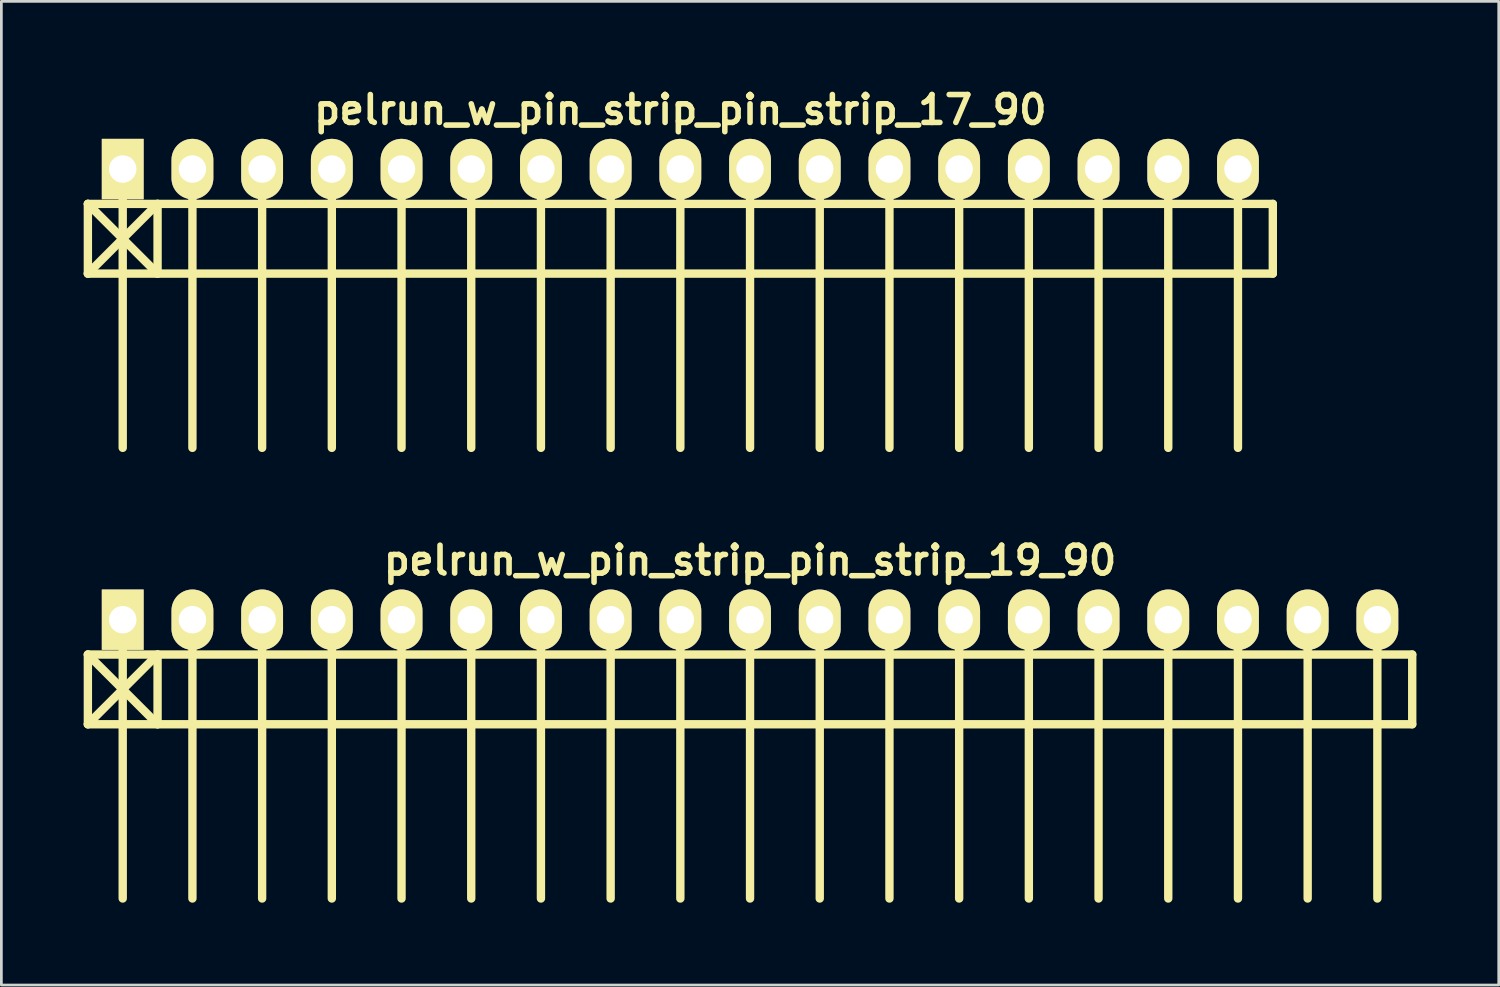
<source format=kicad_pcb>
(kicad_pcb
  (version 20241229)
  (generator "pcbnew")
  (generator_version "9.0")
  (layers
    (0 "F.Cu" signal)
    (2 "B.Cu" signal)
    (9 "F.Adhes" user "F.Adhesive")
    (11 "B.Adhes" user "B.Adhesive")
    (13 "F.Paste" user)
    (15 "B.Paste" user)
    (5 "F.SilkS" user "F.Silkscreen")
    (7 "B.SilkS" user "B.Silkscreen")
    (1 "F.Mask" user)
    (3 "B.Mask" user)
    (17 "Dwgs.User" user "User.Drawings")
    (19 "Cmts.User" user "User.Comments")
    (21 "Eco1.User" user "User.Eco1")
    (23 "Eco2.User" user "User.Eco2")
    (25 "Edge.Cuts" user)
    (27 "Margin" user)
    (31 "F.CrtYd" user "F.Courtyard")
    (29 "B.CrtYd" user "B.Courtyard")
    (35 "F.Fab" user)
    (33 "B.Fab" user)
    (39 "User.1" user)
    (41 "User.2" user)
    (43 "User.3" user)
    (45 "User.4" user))
  (footprint "pelrun_w_pin_strip_pin_strip_17_90"
    (layer "F.Cu")
    (at 21.742 3.11)
    (property "Reference" "pelrun_w_pin_strip_pin_strip_17_90" (at 0 -2.159 0) (layer "F.SilkS") (effects (font (size 1.016 1.016) (thickness 0.203))))
    (attr through_hole)
    (fp_line (start -21.59 1.27) (end 21.59 1.27) (stroke (width 0.305) (type solid)) (layer "F.SilkS"))
    (fp_line (start -21.59 3.81) (end -21.59 1.27) (stroke (width 0.305) (type solid)) (layer "F.SilkS"))
    (fp_line (start -21.59 3.81) (end -19.05 1.27) (stroke (width 0.305) (type solid)) (layer "F.SilkS"))
    (fp_line (start -20.32 0) (end -20.32 10.16) (stroke (width 0.305) (type solid)) (layer "F.SilkS"))
    (fp_line (start -19.05 1.27) (end -19.05 3.81) (stroke (width 0.305) (type solid)) (layer "F.SilkS"))
    (fp_line (start -19.05 3.81) (end -21.59 1.27) (stroke (width 0.305) (type solid)) (layer "F.SilkS"))
    (fp_line (start -17.78 0) (end -17.78 10.16) (stroke (width 0.305) (type solid)) (layer "F.SilkS"))
    (fp_line (start -15.24 10.16) (end -15.24 0) (stroke (width 0.305) (type solid)) (layer "F.SilkS"))
    (fp_line (start -12.7 0) (end -12.7 10.16) (stroke (width 0.305) (type solid)) (layer "F.SilkS"))
    (fp_line (start -10.16 0) (end -10.16 10.16) (stroke (width 0.305) (type solid)) (layer "F.SilkS"))
    (fp_line (start -7.62 0) (end -7.62 10.16) (stroke (width 0.305) (type solid)) (layer "F.SilkS"))
    (fp_line (start -5.08 0) (end -5.08 10.16) (stroke (width 0.305) (type solid)) (layer "F.SilkS"))
    (fp_line (start -2.54 0) (end -2.54 10.16) (stroke (width 0.305) (type solid)) (layer "F.SilkS"))
    (fp_line (start 0 0) (end 0 10.16) (stroke (width 0.305) (type solid)) (layer "F.SilkS"))
    (fp_line (start 2.54 0) (end 2.54 10.16) (stroke (width 0.305) (type solid)) (layer "F.SilkS"))
    (fp_line (start 5.08 0) (end 5.08 10.16) (stroke (width 0.305) (type solid)) (layer "F.SilkS"))
    (fp_line (start 7.62 0) (end 7.62 10.16) (stroke (width 0.305) (type solid)) (layer "F.SilkS"))
    (fp_line (start 10.16 10.16) (end 10.16 0) (stroke (width 0.305) (type solid)) (layer "F.SilkS"))
    (fp_line (start 12.7 0) (end 12.7 10.16) (stroke (width 0.305) (type solid)) (layer "F.SilkS"))
    (fp_line (start 15.24 0) (end 15.24 10.16) (stroke (width 0.305) (type solid)) (layer "F.SilkS"))
    (fp_line (start 17.78 0) (end 17.78 10.16) (stroke (width 0.305) (type solid)) (layer "F.SilkS"))
    (fp_line (start 20.32 0) (end 20.32 10.16) (stroke (width 0.305) (type solid)) (layer "F.SilkS"))
    (fp_line (start 21.59 1.27) (end 21.59 3.81) (stroke (width 0.305) (type solid)) (layer "F.SilkS"))
    (fp_line (start 21.59 3.81) (end -21.59 3.81) (stroke (width 0.305) (type solid)) (layer "F.SilkS"))
    (pad "1" thru_hole rect (at -20.32 0) (size 1.524 2.2) (drill 1.001) (layers "*.Cu" "*.Mask" "F.SilkS"))
    (pad "2" thru_hole oval (at -17.78 0) (size 1.524 2.2) (drill 1.001) (layers "*.Cu" "*.Mask" "F.SilkS"))
    (pad "3" thru_hole oval (at -15.24 0) (size 1.524 2.2) (drill 1.001) (layers "*.Cu" "*.Mask" "F.SilkS"))
    (pad "4" thru_hole oval (at -12.7 0) (size 1.524 2.2) (drill 1.001) (layers "*.Cu" "*.Mask" "F.SilkS"))
    (pad "5" thru_hole oval (at -10.16 0) (size 1.524 2.2) (drill 1.001) (layers "*.Cu" "*.Mask" "F.SilkS"))
    (pad "6" thru_hole oval (at -7.62 0) (size 1.524 2.2) (drill 1.001) (layers "*.Cu" "*.Mask" "F.SilkS"))
    (pad "7" thru_hole oval (at -5.08 0) (size 1.524 2.2) (drill 1.001) (layers "*.Cu" "*.Mask" "F.SilkS"))
    (pad "8" thru_hole oval (at -2.54 0) (size 1.524 2.2) (drill 1.001) (layers "*.Cu" "*.Mask" "F.SilkS"))
    (pad "9" thru_hole oval (at 0 0) (size 1.524 2.2) (drill 1.001) (layers "*.Cu" "*.Mask" "F.SilkS"))
    (pad "10" thru_hole oval (at 2.54 0) (size 1.524 2.2) (drill 1.001) (layers "*.Cu" "*.Mask" "F.SilkS"))
    (pad "11" thru_hole oval (at 5.08 0) (size 1.524 2.2) (drill 1.001) (layers "*.Cu" "*.Mask" "F.SilkS"))
    (pad "12" thru_hole oval (at 7.62 0) (size 1.524 2.2) (drill 1.001) (layers "*.Cu" "*.Mask" "F.SilkS"))
    (pad "13" thru_hole oval (at 10.16 0) (size 1.524 2.2) (drill 1.001) (layers "*.Cu" "*.Mask" "F.SilkS"))
    (pad "14" thru_hole oval (at 12.7 0) (size 1.524 2.2) (drill 1.001) (layers "*.Cu" "*.Mask" "F.SilkS"))
    (pad "15" thru_hole oval (at 15.24 0) (size 1.524 2.2) (drill 1.001) (layers "*.Cu" "*.Mask" "F.SilkS"))
    (pad "16" thru_hole oval (at 17.78 0) (size 1.524 2.2) (drill 1.001) (layers "*.Cu" "*.Mask" "F.SilkS"))
    (pad "17" thru_hole oval (at 20.32 0) (size 1.524 2.2) (drill 1.001) (layers "*.Cu" "*.Mask" "F.SilkS")))
  (footprint "pelrun_w_pin_strip_pin_strip_19_90"
    (layer "F.Cu")
    (at 24.282 19.532)
    (property "Reference" "pelrun_w_pin_strip_pin_strip_19_90" (at 0 -2.159 0) (layer "F.SilkS") (effects (font (size 1.016 1.016) (thickness 0.203))))
    (attr through_hole)
    (fp_line (start -24.13 1.27) (end 24.13 1.27) (stroke (width 0.305) (type solid)) (layer "F.SilkS"))
    (fp_line (start -24.13 3.81) (end -24.13 1.27) (stroke (width 0.305) (type solid)) (layer "F.SilkS"))
    (fp_line (start -24.13 3.81) (end -21.59 1.27) (stroke (width 0.305) (type solid)) (layer "F.SilkS"))
    (fp_line (start -22.86 0) (end -22.86 10.16) (stroke (width 0.305) (type solid)) (layer "F.SilkS"))
    (fp_line (start -21.59 1.27) (end -21.59 3.81) (stroke (width 0.305) (type solid)) (layer "F.SilkS"))
    (fp_line (start -21.59 3.81) (end -24.13 1.27) (stroke (width 0.305) (type solid)) (layer "F.SilkS"))
    (fp_line (start -20.32 0) (end -20.32 10.16) (stroke (width 0.305) (type solid)) (layer "F.SilkS"))
    (fp_line (start -17.78 10.16) (end -17.78 0) (stroke (width 0.305) (type solid)) (layer "F.SilkS"))
    (fp_line (start -15.24 0) (end -15.24 10.16) (stroke (width 0.305) (type solid)) (layer "F.SilkS"))
    (fp_line (start -12.7 0) (end -12.7 10.16) (stroke (width 0.305) (type solid)) (layer "F.SilkS"))
    (fp_line (start -10.16 0) (end -10.16 10.16) (stroke (width 0.305) (type solid)) (layer "F.SilkS"))
    (fp_line (start -7.62 0) (end -7.62 10.16) (stroke (width 0.305) (type solid)) (layer "F.SilkS"))
    (fp_line (start -5.08 0) (end -5.08 10.16) (stroke (width 0.305) (type solid)) (layer "F.SilkS"))
    (fp_line (start -2.54 0) (end -2.54 10.16) (stroke (width 0.305) (type solid)) (layer "F.SilkS"))
    (fp_line (start 0 0) (end 0 10.16) (stroke (width 0.305) (type solid)) (layer "F.SilkS"))
    (fp_line (start 2.54 0) (end 2.54 10.16) (stroke (width 0.305) (type solid)) (layer "F.SilkS"))
    (fp_line (start 5.08 0) (end 5.08 10.16) (stroke (width 0.305) (type solid)) (layer "F.SilkS"))
    (fp_line (start 7.62 10.16) (end 7.62 0) (stroke (width 0.305) (type solid)) (layer "F.SilkS"))
    (fp_line (start 10.16 0) (end 10.16 10.16) (stroke (width 0.305) (type solid)) (layer "F.SilkS"))
    (fp_line (start 12.7 0) (end 12.7 10.16) (stroke (width 0.305) (type solid)) (layer "F.SilkS"))
    (fp_line (start 15.24 0) (end 15.24 10.16) (stroke (width 0.305) (type solid)) (layer "F.SilkS"))
    (fp_line (start 17.78 0) (end 17.78 10.16) (stroke (width 0.305) (type solid)) (layer "F.SilkS"))
    (fp_line (start 20.32 0) (end 20.32 10.16) (stroke (width 0.305) (type solid)) (layer "F.SilkS"))
    (fp_line (start 22.86 0) (end 22.86 10.16) (stroke (width 0.305) (type solid)) (layer "F.SilkS"))
    (fp_line (start 24.13 1.27) (end 24.13 3.81) (stroke (width 0.305) (type solid)) (layer "F.SilkS"))
    (fp_line (start 24.13 3.81) (end -24.13 3.81) (stroke (width 0.305) (type solid)) (layer "F.SilkS"))
    (pad "1" thru_hole rect (at -22.86 0) (size 1.524 2.2) (drill 1.001) (layers "*.Cu" "*.Mask" "F.SilkS"))
    (pad "2" thru_hole oval (at -20.32 0) (size 1.524 2.2) (drill 1.001) (layers "*.Cu" "*.Mask" "F.SilkS"))
    (pad "3" thru_hole oval (at -17.78 0) (size 1.524 2.2) (drill 1.001) (layers "*.Cu" "*.Mask" "F.SilkS"))
    (pad "4" thru_hole oval (at -15.24 0) (size 1.524 2.2) (drill 1.001) (layers "*.Cu" "*.Mask" "F.SilkS"))
    (pad "5" thru_hole oval (at -12.7 0) (size 1.524 2.2) (drill 1.001) (layers "*.Cu" "*.Mask" "F.SilkS"))
    (pad "6" thru_hole oval (at -10.16 0) (size 1.524 2.2) (drill 1.001) (layers "*.Cu" "*.Mask" "F.SilkS"))
    (pad "7" thru_hole oval (at -7.62 0) (size 1.524 2.2) (drill 1.001) (layers "*.Cu" "*.Mask" "F.SilkS"))
    (pad "8" thru_hole oval (at -5.08 0) (size 1.524 2.2) (drill 1.001) (layers "*.Cu" "*.Mask" "F.SilkS"))
    (pad "9" thru_hole oval (at -2.54 0) (size 1.524 2.2) (drill 1.001) (layers "*.Cu" "*.Mask" "F.SilkS"))
    (pad "10" thru_hole oval (at 0 0) (size 1.524 2.2) (drill 1.001) (layers "*.Cu" "*.Mask" "F.SilkS"))
    (pad "11" thru_hole oval (at 2.54 0) (size 1.524 2.2) (drill 1.001) (layers "*.Cu" "*.Mask" "F.SilkS"))
    (pad "12" thru_hole oval (at 5.08 0) (size 1.524 2.2) (drill 1.001) (layers "*.Cu" "*.Mask" "F.SilkS"))
    (pad "13" thru_hole oval (at 7.62 0) (size 1.524 2.2) (drill 1.001) (layers "*.Cu" "*.Mask" "F.SilkS"))
    (pad "14" thru_hole oval (at 10.16 0) (size 1.524 2.2) (drill 1.001) (layers "*.Cu" "*.Mask" "F.SilkS"))
    (pad "15" thru_hole oval (at 12.7 0) (size 1.524 2.2) (drill 1.001) (layers "*.Cu" "*.Mask" "F.SilkS"))
    (pad "16" thru_hole oval (at 15.24 0) (size 1.524 2.2) (drill 1.001) (layers "*.Cu" "*.Mask" "F.SilkS"))
    (pad "17" thru_hole oval (at 17.78 0) (size 1.524 2.2) (drill 1.001) (layers "*.Cu" "*.Mask" "F.SilkS"))
    (pad "18" thru_hole oval (at 20.32 0) (size 1.524 2.2) (drill 1.001) (layers "*.Cu" "*.Mask" "F.SilkS"))
    (pad "19" thru_hole oval (at 22.86 0) (size 1.524 2.2) (drill 1.001) (layers "*.Cu" "*.Mask" "F.SilkS")))
  (gr_rect
    (start -3 -3)
    (end 51.565 32.845)
    (stroke (width 0.1) (type default))
    (fill no)
    (layer "Edge.Cuts")))
</source>
